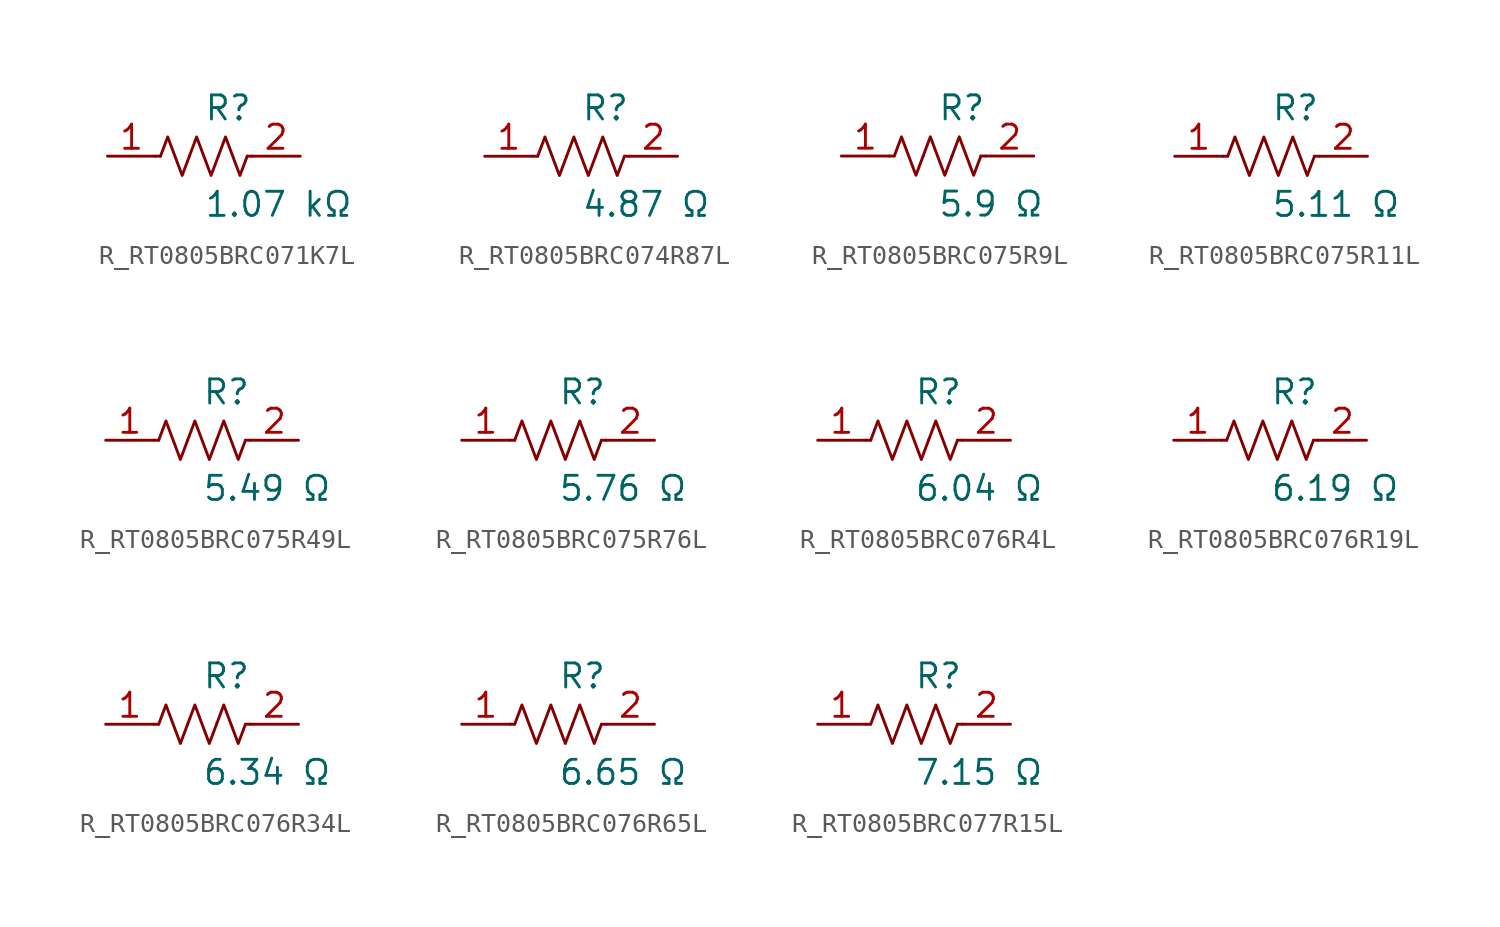
<source format=kicad_sym>
(kicad_symbol_lib
  (version 20231120)
  (generator kicad_symbol_editor)
  (generator_version 8.0)
  (symbol "R_RT0805BRC071K7L"
    (pin_names
      (offset 0.254))
    (property "Reference" "R"
      (at 0.0 2.54 0)
      (effects (font (size 1.27 1.27)) (justify left)))
    (property "Value" "1.07 kΩ"
      (at 0.0 -2.54 0)
      (effects (font (size 1.27 1.27)) (justify left)))
    (symbol "R_RT0805BRC071K7L_0_1"
      (polyline (pts (xy 2.286 0) (xy 2.54 0)) (stroke (width 0) (type default)) (fill (type none)))
      (polyline (pts (xy -2.286 0) (xy -2.54 0)) (stroke (width 0) (type default)) (fill (type none)))
      (polyline (pts (xy 0.762 0) (xy 1.143 1.016) (xy 1.524 0) (xy 1.905 -1.016) (xy 2.286 0)) (stroke (width 0) (type default)) (fill (type none)))
      (polyline (pts (xy -0.762 0) (xy -0.381 1.016) (xy 0 0) (xy 0.381 -1.016) (xy 0.762 0)) (stroke (width 0) (type default)) (fill (type none)))
      (polyline (pts (xy -2.286 0) (xy -1.905 1.016) (xy -1.524 0) (xy -1.143 -1.016) (xy -0.762 0)) (stroke (width 0) (type default)) (fill (type none))))
    (pin unspecified line
      (at -5.08 0 0)
      (length 2.54)
      (name "" (effects (font (size 1.27 1.27))))
      (number "1" (effects (font (size 1.27 1.27)))))
    (pin unspecified line
      (at 5.08 0 180)
      (length 2.54)
      (name "" (effects (font (size 1.27 1.27))))
      (number "2" (effects (font (size 1.27 1.27))))))
  (symbol "R_RT0805BRC074R87L"
    (pin_names
      (offset 0.254))
    (property "Reference" "R"
      (at 0.0 2.54 0)
      (effects (font (size 1.27 1.27)) (justify left)))
    (property "Value" "4.87 Ω"
      (at 0.0 -2.54 0)
      (effects (font (size 1.27 1.27)) (justify left)))
    (symbol "R_RT0805BRC074R87L_0_1"
      (polyline (pts (xy 2.286 0) (xy 2.54 0)) (stroke (width 0) (type default)) (fill (type none)))
      (polyline (pts (xy -2.286 0) (xy -2.54 0)) (stroke (width 0) (type default)) (fill (type none)))
      (polyline (pts (xy 0.762 0) (xy 1.143 1.016) (xy 1.524 0) (xy 1.905 -1.016) (xy 2.286 0)) (stroke (width 0) (type default)) (fill (type none)))
      (polyline (pts (xy -0.762 0) (xy -0.381 1.016) (xy 0 0) (xy 0.381 -1.016) (xy 0.762 0)) (stroke (width 0) (type default)) (fill (type none)))
      (polyline (pts (xy -2.286 0) (xy -1.905 1.016) (xy -1.524 0) (xy -1.143 -1.016) (xy -0.762 0)) (stroke (width 0) (type default)) (fill (type none))))
    (pin unspecified line
      (at -5.08 0 0)
      (length 2.54)
      (name "" (effects (font (size 1.27 1.27))))
      (number "1" (effects (font (size 1.27 1.27)))))
    (pin unspecified line
      (at 5.08 0 180)
      (length 2.54)
      (name "" (effects (font (size 1.27 1.27))))
      (number "2" (effects (font (size 1.27 1.27))))))
  (symbol "R_RT0805BRC075R9L"
    (pin_names
      (offset 0.254))
    (property "Reference" "R"
      (at 0.0 2.54 0)
      (effects (font (size 1.27 1.27)) (justify left)))
    (property "Value" "5.9 Ω"
      (at 0.0 -2.54 0)
      (effects (font (size 1.27 1.27)) (justify left)))
    (symbol "R_RT0805BRC075R9L_0_1"
      (polyline (pts (xy 2.286 0) (xy 2.54 0)) (stroke (width 0) (type default)) (fill (type none)))
      (polyline (pts (xy -2.286 0) (xy -2.54 0)) (stroke (width 0) (type default)) (fill (type none)))
      (polyline (pts (xy 0.762 0) (xy 1.143 1.016) (xy 1.524 0) (xy 1.905 -1.016) (xy 2.286 0)) (stroke (width 0) (type default)) (fill (type none)))
      (polyline (pts (xy -0.762 0) (xy -0.381 1.016) (xy 0 0) (xy 0.381 -1.016) (xy 0.762 0)) (stroke (width 0) (type default)) (fill (type none)))
      (polyline (pts (xy -2.286 0) (xy -1.905 1.016) (xy -1.524 0) (xy -1.143 -1.016) (xy -0.762 0)) (stroke (width 0) (type default)) (fill (type none))))
    (pin unspecified line
      (at -5.08 0 0)
      (length 2.54)
      (name "" (effects (font (size 1.27 1.27))))
      (number "1" (effects (font (size 1.27 1.27)))))
    (pin unspecified line
      (at 5.08 0 180)
      (length 2.54)
      (name "" (effects (font (size 1.27 1.27))))
      (number "2" (effects (font (size 1.27 1.27))))))
  (symbol "R_RT0805BRC075R11L"
    (pin_names
      (offset 0.254))
    (property "Reference" "R"
      (at 0.0 2.54 0)
      (effects (font (size 1.27 1.27)) (justify left)))
    (property "Value" "5.11 Ω"
      (at 0.0 -2.54 0)
      (effects (font (size 1.27 1.27)) (justify left)))
    (symbol "R_RT0805BRC075R11L_0_1"
      (polyline (pts (xy 2.286 0) (xy 2.54 0)) (stroke (width 0) (type default)) (fill (type none)))
      (polyline (pts (xy -2.286 0) (xy -2.54 0)) (stroke (width 0) (type default)) (fill (type none)))
      (polyline (pts (xy 0.762 0) (xy 1.143 1.016) (xy 1.524 0) (xy 1.905 -1.016) (xy 2.286 0)) (stroke (width 0) (type default)) (fill (type none)))
      (polyline (pts (xy -0.762 0) (xy -0.381 1.016) (xy 0 0) (xy 0.381 -1.016) (xy 0.762 0)) (stroke (width 0) (type default)) (fill (type none)))
      (polyline (pts (xy -2.286 0) (xy -1.905 1.016) (xy -1.524 0) (xy -1.143 -1.016) (xy -0.762 0)) (stroke (width 0) (type default)) (fill (type none))))
    (pin unspecified line
      (at -5.08 0 0)
      (length 2.54)
      (name "" (effects (font (size 1.27 1.27))))
      (number "1" (effects (font (size 1.27 1.27)))))
    (pin unspecified line
      (at 5.08 0 180)
      (length 2.54)
      (name "" (effects (font (size 1.27 1.27))))
      (number "2" (effects (font (size 1.27 1.27))))))
  (symbol "R_RT0805BRC075R49L"
    (pin_names
      (offset 0.254))
    (property "Reference" "R"
      (at 0.0 2.54 0)
      (effects (font (size 1.27 1.27)) (justify left)))
    (property "Value" "5.49 Ω"
      (at 0.0 -2.54 0)
      (effects (font (size 1.27 1.27)) (justify left)))
    (symbol "R_RT0805BRC075R49L_0_1"
      (polyline (pts (xy 2.286 0) (xy 2.54 0)) (stroke (width 0) (type default)) (fill (type none)))
      (polyline (pts (xy -2.286 0) (xy -2.54 0)) (stroke (width 0) (type default)) (fill (type none)))
      (polyline (pts (xy 0.762 0) (xy 1.143 1.016) (xy 1.524 0) (xy 1.905 -1.016) (xy 2.286 0)) (stroke (width 0) (type default)) (fill (type none)))
      (polyline (pts (xy -0.762 0) (xy -0.381 1.016) (xy 0 0) (xy 0.381 -1.016) (xy 0.762 0)) (stroke (width 0) (type default)) (fill (type none)))
      (polyline (pts (xy -2.286 0) (xy -1.905 1.016) (xy -1.524 0) (xy -1.143 -1.016) (xy -0.762 0)) (stroke (width 0) (type default)) (fill (type none))))
    (pin unspecified line
      (at -5.08 0 0)
      (length 2.54)
      (name "" (effects (font (size 1.27 1.27))))
      (number "1" (effects (font (size 1.27 1.27)))))
    (pin unspecified line
      (at 5.08 0 180)
      (length 2.54)
      (name "" (effects (font (size 1.27 1.27))))
      (number "2" (effects (font (size 1.27 1.27))))))
  (symbol "R_RT0805BRC075R76L"
    (pin_names
      (offset 0.254))
    (property "Reference" "R"
      (at 0.0 2.54 0)
      (effects (font (size 1.27 1.27)) (justify left)))
    (property "Value" "5.76 Ω"
      (at 0.0 -2.54 0)
      (effects (font (size 1.27 1.27)) (justify left)))
    (symbol "R_RT0805BRC075R76L_0_1"
      (polyline (pts (xy 2.286 0) (xy 2.54 0)) (stroke (width 0) (type default)) (fill (type none)))
      (polyline (pts (xy -2.286 0) (xy -2.54 0)) (stroke (width 0) (type default)) (fill (type none)))
      (polyline (pts (xy 0.762 0) (xy 1.143 1.016) (xy 1.524 0) (xy 1.905 -1.016) (xy 2.286 0)) (stroke (width 0) (type default)) (fill (type none)))
      (polyline (pts (xy -0.762 0) (xy -0.381 1.016) (xy 0 0) (xy 0.381 -1.016) (xy 0.762 0)) (stroke (width 0) (type default)) (fill (type none)))
      (polyline (pts (xy -2.286 0) (xy -1.905 1.016) (xy -1.524 0) (xy -1.143 -1.016) (xy -0.762 0)) (stroke (width 0) (type default)) (fill (type none))))
    (pin unspecified line
      (at -5.08 0 0)
      (length 2.54)
      (name "" (effects (font (size 1.27 1.27))))
      (number "1" (effects (font (size 1.27 1.27)))))
    (pin unspecified line
      (at 5.08 0 180)
      (length 2.54)
      (name "" (effects (font (size 1.27 1.27))))
      (number "2" (effects (font (size 1.27 1.27))))))
  (symbol "R_RT0805BRC076R4L"
    (pin_names
      (offset 0.254))
    (property "Reference" "R"
      (at 0.0 2.54 0)
      (effects (font (size 1.27 1.27)) (justify left)))
    (property "Value" "6.04 Ω"
      (at 0.0 -2.54 0)
      (effects (font (size 1.27 1.27)) (justify left)))
    (symbol "R_RT0805BRC076R4L_0_1"
      (polyline (pts (xy 2.286 0) (xy 2.54 0)) (stroke (width 0) (type default)) (fill (type none)))
      (polyline (pts (xy -2.286 0) (xy -2.54 0)) (stroke (width 0) (type default)) (fill (type none)))
      (polyline (pts (xy 0.762 0) (xy 1.143 1.016) (xy 1.524 0) (xy 1.905 -1.016) (xy 2.286 0)) (stroke (width 0) (type default)) (fill (type none)))
      (polyline (pts (xy -0.762 0) (xy -0.381 1.016) (xy 0 0) (xy 0.381 -1.016) (xy 0.762 0)) (stroke (width 0) (type default)) (fill (type none)))
      (polyline (pts (xy -2.286 0) (xy -1.905 1.016) (xy -1.524 0) (xy -1.143 -1.016) (xy -0.762 0)) (stroke (width 0) (type default)) (fill (type none))))
    (pin unspecified line
      (at -5.08 0 0)
      (length 2.54)
      (name "" (effects (font (size 1.27 1.27))))
      (number "1" (effects (font (size 1.27 1.27)))))
    (pin unspecified line
      (at 5.08 0 180)
      (length 2.54)
      (name "" (effects (font (size 1.27 1.27))))
      (number "2" (effects (font (size 1.27 1.27))))))
  (symbol "R_RT0805BRC076R19L"
    (pin_names
      (offset 0.254))
    (property "Reference" "R"
      (at 0.0 2.54 0)
      (effects (font (size 1.27 1.27)) (justify left)))
    (property "Value" "6.19 Ω"
      (at 0.0 -2.54 0)
      (effects (font (size 1.27 1.27)) (justify left)))
    (symbol "R_RT0805BRC076R19L_0_1"
      (polyline (pts (xy 2.286 0) (xy 2.54 0)) (stroke (width 0) (type default)) (fill (type none)))
      (polyline (pts (xy -2.286 0) (xy -2.54 0)) (stroke (width 0) (type default)) (fill (type none)))
      (polyline (pts (xy 0.762 0) (xy 1.143 1.016) (xy 1.524 0) (xy 1.905 -1.016) (xy 2.286 0)) (stroke (width 0) (type default)) (fill (type none)))
      (polyline (pts (xy -0.762 0) (xy -0.381 1.016) (xy 0 0) (xy 0.381 -1.016) (xy 0.762 0)) (stroke (width 0) (type default)) (fill (type none)))
      (polyline (pts (xy -2.286 0) (xy -1.905 1.016) (xy -1.524 0) (xy -1.143 -1.016) (xy -0.762 0)) (stroke (width 0) (type default)) (fill (type none))))
    (pin unspecified line
      (at -5.08 0 0)
      (length 2.54)
      (name "" (effects (font (size 1.27 1.27))))
      (number "1" (effects (font (size 1.27 1.27)))))
    (pin unspecified line
      (at 5.08 0 180)
      (length 2.54)
      (name "" (effects (font (size 1.27 1.27))))
      (number "2" (effects (font (size 1.27 1.27))))))
  (symbol "R_RT0805BRC076R34L"
    (pin_names
      (offset 0.254))
    (property "Reference" "R"
      (at 0.0 2.54 0)
      (effects (font (size 1.27 1.27)) (justify left)))
    (property "Value" "6.34 Ω"
      (at 0.0 -2.54 0)
      (effects (font (size 1.27 1.27)) (justify left)))
    (symbol "R_RT0805BRC076R34L_0_1"
      (polyline (pts (xy 2.286 0) (xy 2.54 0)) (stroke (width 0) (type default)) (fill (type none)))
      (polyline (pts (xy -2.286 0) (xy -2.54 0)) (stroke (width 0) (type default)) (fill (type none)))
      (polyline (pts (xy 0.762 0) (xy 1.143 1.016) (xy 1.524 0) (xy 1.905 -1.016) (xy 2.286 0)) (stroke (width 0) (type default)) (fill (type none)))
      (polyline (pts (xy -0.762 0) (xy -0.381 1.016) (xy 0 0) (xy 0.381 -1.016) (xy 0.762 0)) (stroke (width 0) (type default)) (fill (type none)))
      (polyline (pts (xy -2.286 0) (xy -1.905 1.016) (xy -1.524 0) (xy -1.143 -1.016) (xy -0.762 0)) (stroke (width 0) (type default)) (fill (type none))))
    (pin unspecified line
      (at -5.08 0 0)
      (length 2.54)
      (name "" (effects (font (size 1.27 1.27))))
      (number "1" (effects (font (size 1.27 1.27)))))
    (pin unspecified line
      (at 5.08 0 180)
      (length 2.54)
      (name "" (effects (font (size 1.27 1.27))))
      (number "2" (effects (font (size 1.27 1.27))))))
  (symbol "R_RT0805BRC076R65L"
    (pin_names
      (offset 0.254))
    (property "Reference" "R"
      (at 0.0 2.54 0)
      (effects (font (size 1.27 1.27)) (justify left)))
    (property "Value" "6.65 Ω"
      (at 0.0 -2.54 0)
      (effects (font (size 1.27 1.27)) (justify left)))
    (symbol "R_RT0805BRC076R65L_0_1"
      (polyline (pts (xy 2.286 0) (xy 2.54 0)) (stroke (width 0) (type default)) (fill (type none)))
      (polyline (pts (xy -2.286 0) (xy -2.54 0)) (stroke (width 0) (type default)) (fill (type none)))
      (polyline (pts (xy 0.762 0) (xy 1.143 1.016) (xy 1.524 0) (xy 1.905 -1.016) (xy 2.286 0)) (stroke (width 0) (type default)) (fill (type none)))
      (polyline (pts (xy -0.762 0) (xy -0.381 1.016) (xy 0 0) (xy 0.381 -1.016) (xy 0.762 0)) (stroke (width 0) (type default)) (fill (type none)))
      (polyline (pts (xy -2.286 0) (xy -1.905 1.016) (xy -1.524 0) (xy -1.143 -1.016) (xy -0.762 0)) (stroke (width 0) (type default)) (fill (type none))))
    (pin unspecified line
      (at -5.08 0 0)
      (length 2.54)
      (name "" (effects (font (size 1.27 1.27))))
      (number "1" (effects (font (size 1.27 1.27)))))
    (pin unspecified line
      (at 5.08 0 180)
      (length 2.54)
      (name "" (effects (font (size 1.27 1.27))))
      (number "2" (effects (font (size 1.27 1.27))))))
  (symbol "R_RT0805BRC077R15L"
    (pin_names
      (offset 0.254))
    (property "Reference" "R"
      (at 0.0 2.54 0)
      (effects (font (size 1.27 1.27)) (justify left)))
    (property "Value" "7.15 Ω"
      (at 0.0 -2.54 0)
      (effects (font (size 1.27 1.27)) (justify left)))
    (symbol "R_RT0805BRC077R15L_0_1"
      (polyline (pts (xy 2.286 0) (xy 2.54 0)) (stroke (width 0) (type default)) (fill (type none)))
      (polyline (pts (xy -2.286 0) (xy -2.54 0)) (stroke (width 0) (type default)) (fill (type none)))
      (polyline (pts (xy 0.762 0) (xy 1.143 1.016) (xy 1.524 0) (xy 1.905 -1.016) (xy 2.286 0)) (stroke (width 0) (type default)) (fill (type none)))
      (polyline (pts (xy -0.762 0) (xy -0.381 1.016) (xy 0 0) (xy 0.381 -1.016) (xy 0.762 0)) (stroke (width 0) (type default)) (fill (type none)))
      (polyline (pts (xy -2.286 0) (xy -1.905 1.016) (xy -1.524 0) (xy -1.143 -1.016) (xy -0.762 0)) (stroke (width 0) (type default)) (fill (type none))))
    (pin unspecified line
      (at -5.08 0 0)
      (length 2.54)
      (name "" (effects (font (size 1.27 1.27))))
      (number "1" (effects (font (size 1.27 1.27)))))
    (pin unspecified line
      (at 5.08 0 180)
      (length 2.54)
      (name "" (effects (font (size 1.27 1.27))))
      (number "2" (effects (font (size 1.27 1.27)))))))
</source>
